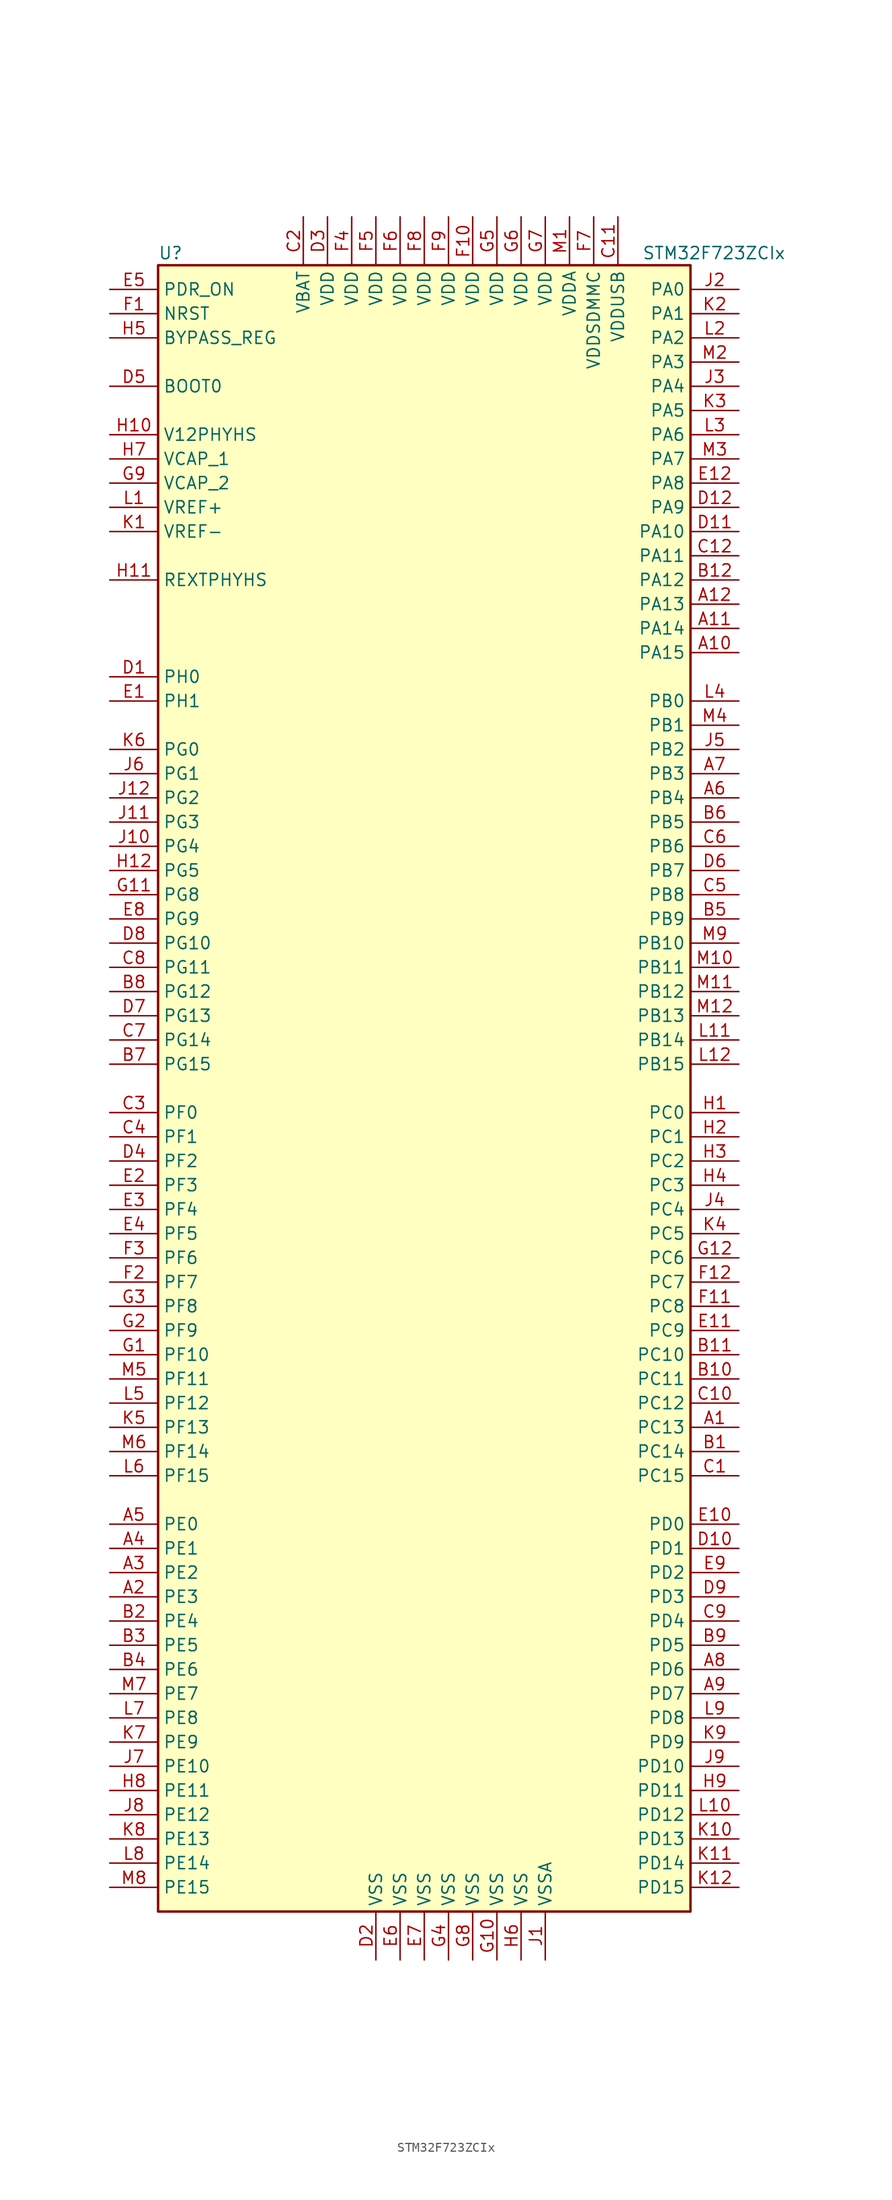
<source format=kicad_sym>
(kicad_symbol_lib
  (version 20201005)
  (generator kicad_symbol_editor)
  (symbol "STM32F723ZCIx"
    (property "Reference" "U"
      (at -27.94 87.63 0)
      (effects (font (size 1.27 1.27)) (justify left)))
    (property "Value" "STM32F723ZCIx"
      (at 22.86 87.63 0)
      (effects (font (size 1.27 1.27)) (justify left)))
    (symbol "STM32F723ZCIx_0_1"
      (rectangle (start -27.94 -86.36) (end 27.94 86.36) (stroke (width 0.254)) (fill (type background))))
    (symbol "STM32F723ZCIx_1_1"
      (pin bidirectional line (at 33.02 -35.56 180) (length 5.08) (name "PC13" (effects (font (size 1.27 1.27)))) (number "A1" (effects (font (size 1.27 1.27)))))
      (pin bidirectional line (at 33.02 45.72 180) (length 5.08) (name "PA15" (effects (font (size 1.27 1.27)))) (number "A10" (effects (font (size 1.27 1.27)))))
      (pin bidirectional line (at 33.02 48.26 180) (length 5.08) (name "PA14" (effects (font (size 1.27 1.27)))) (number "A11" (effects (font (size 1.27 1.27)))))
      (pin bidirectional line (at 33.02 50.8 180) (length 5.08) (name "PA13" (effects (font (size 1.27 1.27)))) (number "A12" (effects (font (size 1.27 1.27)))))
      (pin bidirectional line (at -33.02 -53.34 0) (length 5.08) (name "PE3" (effects (font (size 1.27 1.27)))) (number "A2" (effects (font (size 1.27 1.27)))))
      (pin bidirectional line (at -33.02 -50.8 0) (length 5.08) (name "PE2" (effects (font (size 1.27 1.27)))) (number "A3" (effects (font (size 1.27 1.27)))))
      (pin bidirectional line (at -33.02 -48.26 0) (length 5.08) (name "PE1" (effects (font (size 1.27 1.27)))) (number "A4" (effects (font (size 1.27 1.27)))))
      (pin bidirectional line (at -33.02 -45.72 0) (length 5.08) (name "PE0" (effects (font (size 1.27 1.27)))) (number "A5" (effects (font (size 1.27 1.27)))))
      (pin bidirectional line (at 33.02 30.48 180) (length 5.08) (name "PB4" (effects (font (size 1.27 1.27)))) (number "A6" (effects (font (size 1.27 1.27)))))
      (pin bidirectional line (at 33.02 33.02 180) (length 5.08) (name "PB3" (effects (font (size 1.27 1.27)))) (number "A7" (effects (font (size 1.27 1.27)))))
      (pin bidirectional line (at 33.02 -60.96 180) (length 5.08) (name "PD6" (effects (font (size 1.27 1.27)))) (number "A8" (effects (font (size 1.27 1.27)))))
      (pin bidirectional line (at 33.02 -63.5 180) (length 5.08) (name "PD7" (effects (font (size 1.27 1.27)))) (number "A9" (effects (font (size 1.27 1.27)))))
      (pin bidirectional line (at 33.02 -38.1 180) (length 5.08) (name "PC14" (effects (font (size 1.27 1.27)))) (number "B1" (effects (font (size 1.27 1.27)))))
      (pin bidirectional line (at 33.02 -30.48 180) (length 5.08) (name "PC11" (effects (font (size 1.27 1.27)))) (number "B10" (effects (font (size 1.27 1.27)))))
      (pin bidirectional line (at 33.02 -27.94 180) (length 5.08) (name "PC10" (effects (font (size 1.27 1.27)))) (number "B11" (effects (font (size 1.27 1.27)))))
      (pin bidirectional line (at 33.02 53.34 180) (length 5.08) (name "PA12" (effects (font (size 1.27 1.27)))) (number "B12" (effects (font (size 1.27 1.27)))))
      (pin bidirectional line (at -33.02 -55.88 0) (length 5.08) (name "PE4" (effects (font (size 1.27 1.27)))) (number "B2" (effects (font (size 1.27 1.27)))))
      (pin bidirectional line (at -33.02 -58.42 0) (length 5.08) (name "PE5" (effects (font (size 1.27 1.27)))) (number "B3" (effects (font (size 1.27 1.27)))))
      (pin bidirectional line (at -33.02 -60.96 0) (length 5.08) (name "PE6" (effects (font (size 1.27 1.27)))) (number "B4" (effects (font (size 1.27 1.27)))))
      (pin bidirectional line (at 33.02 17.78 180) (length 5.08) (name "PB9" (effects (font (size 1.27 1.27)))) (number "B5" (effects (font (size 1.27 1.27)))))
      (pin bidirectional line (at 33.02 27.94 180) (length 5.08) (name "PB5" (effects (font (size 1.27 1.27)))) (number "B6" (effects (font (size 1.27 1.27)))))
      (pin bidirectional line (at -33.02 2.54 0) (length 5.08) (name "PG15" (effects (font (size 1.27 1.27)))) (number "B7" (effects (font (size 1.27 1.27)))))
      (pin bidirectional line (at -33.02 10.16 0) (length 5.08) (name "PG12" (effects (font (size 1.27 1.27)))) (number "B8" (effects (font (size 1.27 1.27)))))
      (pin bidirectional line (at 33.02 -58.42 180) (length 5.08) (name "PD5" (effects (font (size 1.27 1.27)))) (number "B9" (effects (font (size 1.27 1.27)))))
      (pin bidirectional line (at 33.02 -40.64 180) (length 5.08) (name "PC15" (effects (font (size 1.27 1.27)))) (number "C1" (effects (font (size 1.27 1.27)))))
      (pin bidirectional line (at 33.02 -33.02 180) (length 5.08) (name "PC12" (effects (font (size 1.27 1.27)))) (number "C10" (effects (font (size 1.27 1.27)))))
      (pin power_in line (at 20.32 91.44 270) (length 5.08) (name "VDDUSB" (effects (font (size 1.27 1.27)))) (number "C11" (effects (font (size 1.27 1.27)))))
      (pin bidirectional line (at 33.02 55.88 180) (length 5.08) (name "PA11" (effects (font (size 1.27 1.27)))) (number "C12" (effects (font (size 1.27 1.27)))))
      (pin power_in line (at -12.7 91.44 270) (length 5.08) (name "VBAT" (effects (font (size 1.27 1.27)))) (number "C2" (effects (font (size 1.27 1.27)))))
      (pin bidirectional line (at -33.02 -2.54 0) (length 5.08) (name "PF0" (effects (font (size 1.27 1.27)))) (number "C3" (effects (font (size 1.27 1.27)))))
      (pin bidirectional line (at -33.02 -5.08 0) (length 5.08) (name "PF1" (effects (font (size 1.27 1.27)))) (number "C4" (effects (font (size 1.27 1.27)))))
      (pin bidirectional line (at 33.02 20.32 180) (length 5.08) (name "PB8" (effects (font (size 1.27 1.27)))) (number "C5" (effects (font (size 1.27 1.27)))))
      (pin bidirectional line (at 33.02 25.4 180) (length 5.08) (name "PB6" (effects (font (size 1.27 1.27)))) (number "C6" (effects (font (size 1.27 1.27)))))
      (pin bidirectional line (at -33.02 5.08 0) (length 5.08) (name "PG14" (effects (font (size 1.27 1.27)))) (number "C7" (effects (font (size 1.27 1.27)))))
      (pin bidirectional line (at -33.02 12.7 0) (length 5.08) (name "PG11" (effects (font (size 1.27 1.27)))) (number "C8" (effects (font (size 1.27 1.27)))))
      (pin bidirectional line (at 33.02 -55.88 180) (length 5.08) (name "PD4" (effects (font (size 1.27 1.27)))) (number "C9" (effects (font (size 1.27 1.27)))))
      (pin input line (at -33.02 43.18 0) (length 5.08) (name "PH0" (effects (font (size 1.27 1.27)))) (number "D1" (effects (font (size 1.27 1.27)))))
      (pin bidirectional line (at 33.02 -48.26 180) (length 5.08) (name "PD1" (effects (font (size 1.27 1.27)))) (number "D10" (effects (font (size 1.27 1.27)))))
      (pin bidirectional line (at 33.02 58.42 180) (length 5.08) (name "PA10" (effects (font (size 1.27 1.27)))) (number "D11" (effects (font (size 1.27 1.27)))))
      (pin bidirectional line (at 33.02 60.96 180) (length 5.08) (name "PA9" (effects (font (size 1.27 1.27)))) (number "D12" (effects (font (size 1.27 1.27)))))
      (pin power_in line (at -5.08 -91.44 90) (length 5.08) (name "VSS" (effects (font (size 1.27 1.27)))) (number "D2" (effects (font (size 1.27 1.27)))))
      (pin power_in line (at -10.16 91.44 270) (length 5.08) (name "VDD" (effects (font (size 1.27 1.27)))) (number "D3" (effects (font (size 1.27 1.27)))))
      (pin bidirectional line (at -33.02 -7.62 0) (length 5.08) (name "PF2" (effects (font (size 1.27 1.27)))) (number "D4" (effects (font (size 1.27 1.27)))))
      (pin input line (at -33.02 73.66 0) (length 5.08) (name "BOOT0" (effects (font (size 1.27 1.27)))) (number "D5" (effects (font (size 1.27 1.27)))))
      (pin bidirectional line (at 33.02 22.86 180) (length 5.08) (name "PB7" (effects (font (size 1.27 1.27)))) (number "D6" (effects (font (size 1.27 1.27)))))
      (pin bidirectional line (at -33.02 7.62 0) (length 5.08) (name "PG13" (effects (font (size 1.27 1.27)))) (number "D7" (effects (font (size 1.27 1.27)))))
      (pin bidirectional line (at -33.02 15.24 0) (length 5.08) (name "PG10" (effects (font (size 1.27 1.27)))) (number "D8" (effects (font (size 1.27 1.27)))))
      (pin bidirectional line (at 33.02 -53.34 180) (length 5.08) (name "PD3" (effects (font (size 1.27 1.27)))) (number "D9" (effects (font (size 1.27 1.27)))))
      (pin input line (at -33.02 40.64 0) (length 5.08) (name "PH1" (effects (font (size 1.27 1.27)))) (number "E1" (effects (font (size 1.27 1.27)))))
      (pin bidirectional line (at 33.02 -45.72 180) (length 5.08) (name "PD0" (effects (font (size 1.27 1.27)))) (number "E10" (effects (font (size 1.27 1.27)))))
      (pin bidirectional line (at 33.02 -25.4 180) (length 5.08) (name "PC9" (effects (font (size 1.27 1.27)))) (number "E11" (effects (font (size 1.27 1.27)))))
      (pin bidirectional line (at 33.02 63.5 180) (length 5.08) (name "PA8" (effects (font (size 1.27 1.27)))) (number "E12" (effects (font (size 1.27 1.27)))))
      (pin bidirectional line (at -33.02 -10.16 0) (length 5.08) (name "PF3" (effects (font (size 1.27 1.27)))) (number "E2" (effects (font (size 1.27 1.27)))))
      (pin bidirectional line (at -33.02 -12.7 0) (length 5.08) (name "PF4" (effects (font (size 1.27 1.27)))) (number "E3" (effects (font (size 1.27 1.27)))))
      (pin bidirectional line (at -33.02 -15.24 0) (length 5.08) (name "PF5" (effects (font (size 1.27 1.27)))) (number "E4" (effects (font (size 1.27 1.27)))))
      (pin input line (at -33.02 83.82 0) (length 5.08) (name "PDR_ON" (effects (font (size 1.27 1.27)))) (number "E5" (effects (font (size 1.27 1.27)))))
      (pin power_in line (at -2.54 -91.44 90) (length 5.08) (name "VSS" (effects (font (size 1.27 1.27)))) (number "E6" (effects (font (size 1.27 1.27)))))
      (pin power_in line (at 0 -91.44 90) (length 5.08) (name "VSS" (effects (font (size 1.27 1.27)))) (number "E7" (effects (font (size 1.27 1.27)))))
      (pin bidirectional line (at -33.02 17.78 0) (length 5.08) (name "PG9" (effects (font (size 1.27 1.27)))) (number "E8" (effects (font (size 1.27 1.27)))))
      (pin bidirectional line (at 33.02 -50.8 180) (length 5.08) (name "PD2" (effects (font (size 1.27 1.27)))) (number "E9" (effects (font (size 1.27 1.27)))))
      (pin input line (at -33.02 81.28 0) (length 5.08) (name "NRST" (effects (font (size 1.27 1.27)))) (number "F1" (effects (font (size 1.27 1.27)))))
      (pin power_in line (at 5.08 91.44 270) (length 5.08) (name "VDD" (effects (font (size 1.27 1.27)))) (number "F10" (effects (font (size 1.27 1.27)))))
      (pin bidirectional line (at 33.02 -22.86 180) (length 5.08) (name "PC8" (effects (font (size 1.27 1.27)))) (number "F11" (effects (font (size 1.27 1.27)))))
      (pin bidirectional line (at 33.02 -20.32 180) (length 5.08) (name "PC7" (effects (font (size 1.27 1.27)))) (number "F12" (effects (font (size 1.27 1.27)))))
      (pin bidirectional line (at -33.02 -20.32 0) (length 5.08) (name "PF7" (effects (font (size 1.27 1.27)))) (number "F2" (effects (font (size 1.27 1.27)))))
      (pin bidirectional line (at -33.02 -17.78 0) (length 5.08) (name "PF6" (effects (font (size 1.27 1.27)))) (number "F3" (effects (font (size 1.27 1.27)))))
      (pin power_in line (at -7.62 91.44 270) (length 5.08) (name "VDD" (effects (font (size 1.27 1.27)))) (number "F4" (effects (font (size 1.27 1.27)))))
      (pin power_in line (at -5.08 91.44 270) (length 5.08) (name "VDD" (effects (font (size 1.27 1.27)))) (number "F5" (effects (font (size 1.27 1.27)))))
      (pin power_in line (at -2.54 91.44 270) (length 5.08) (name "VDD" (effects (font (size 1.27 1.27)))) (number "F6" (effects (font (size 1.27 1.27)))))
      (pin power_in line (at 17.78 91.44 270) (length 5.08) (name "VDDSDMMC" (effects (font (size 1.27 1.27)))) (number "F7" (effects (font (size 1.27 1.27)))))
      (pin power_in line (at 0 91.44 270) (length 5.08) (name "VDD" (effects (font (size 1.27 1.27)))) (number "F8" (effects (font (size 1.27 1.27)))))
      (pin power_in line (at 2.54 91.44 270) (length 5.08) (name "VDD" (effects (font (size 1.27 1.27)))) (number "F9" (effects (font (size 1.27 1.27)))))
      (pin bidirectional line (at -33.02 -27.94 0) (length 5.08) (name "PF10" (effects (font (size 1.27 1.27)))) (number "G1" (effects (font (size 1.27 1.27)))))
      (pin power_in line (at 7.62 -91.44 90) (length 5.08) (name "VSS" (effects (font (size 1.27 1.27)))) (number "G10" (effects (font (size 1.27 1.27)))))
      (pin bidirectional line (at -33.02 20.32 0) (length 5.08) (name "PG8" (effects (font (size 1.27 1.27)))) (number "G11" (effects (font (size 1.27 1.27)))))
      (pin bidirectional line (at 33.02 -17.78 180) (length 5.08) (name "PC6" (effects (font (size 1.27 1.27)))) (number "G12" (effects (font (size 1.27 1.27)))))
      (pin bidirectional line (at -33.02 -25.4 0) (length 5.08) (name "PF9" (effects (font (size 1.27 1.27)))) (number "G2" (effects (font (size 1.27 1.27)))))
      (pin bidirectional line (at -33.02 -22.86 0) (length 5.08) (name "PF8" (effects (font (size 1.27 1.27)))) (number "G3" (effects (font (size 1.27 1.27)))))
      (pin power_in line (at 2.54 -91.44 90) (length 5.08) (name "VSS" (effects (font (size 1.27 1.27)))) (number "G4" (effects (font (size 1.27 1.27)))))
      (pin power_in line (at 7.62 91.44 270) (length 5.08) (name "VDD" (effects (font (size 1.27 1.27)))) (number "G5" (effects (font (size 1.27 1.27)))))
      (pin power_in line (at 10.16 91.44 270) (length 5.08) (name "VDD" (effects (font (size 1.27 1.27)))) (number "G6" (effects (font (size 1.27 1.27)))))
      (pin power_in line (at 12.7 91.44 270) (length 5.08) (name "VDD" (effects (font (size 1.27 1.27)))) (number "G7" (effects (font (size 1.27 1.27)))))
      (pin power_in line (at 5.08 -91.44 90) (length 5.08) (name "VSS" (effects (font (size 1.27 1.27)))) (number "G8" (effects (font (size 1.27 1.27)))))
      (pin power_in line (at -33.02 63.5 0) (length 5.08) (name "VCAP_2" (effects (font (size 1.27 1.27)))) (number "G9" (effects (font (size 1.27 1.27)))))
      (pin bidirectional line (at 33.02 -2.54 180) (length 5.08) (name "PC0" (effects (font (size 1.27 1.27)))) (number "H1" (effects (font (size 1.27 1.27)))))
      (pin power_in line (at -33.02 68.58 0) (length 5.08) (name "V12PHYHS" (effects (font (size 1.27 1.27)))) (number "H10" (effects (font (size 1.27 1.27)))))
      (pin bidirectional line (at -33.02 53.34 0) (length 5.08) (name "REXTPHYHS" (effects (font (size 1.27 1.27)))) (number "H11" (effects (font (size 1.27 1.27)))))
      (pin bidirectional line (at -33.02 22.86 0) (length 5.08) (name "PG5" (effects (font (size 1.27 1.27)))) (number "H12" (effects (font (size 1.27 1.27)))))
      (pin bidirectional line (at 33.02 -5.08 180) (length 5.08) (name "PC1" (effects (font (size 1.27 1.27)))) (number "H2" (effects (font (size 1.27 1.27)))))
      (pin bidirectional line (at 33.02 -7.62 180) (length 5.08) (name "PC2" (effects (font (size 1.27 1.27)))) (number "H3" (effects (font (size 1.27 1.27)))))
      (pin bidirectional line (at 33.02 -10.16 180) (length 5.08) (name "PC3" (effects (font (size 1.27 1.27)))) (number "H4" (effects (font (size 1.27 1.27)))))
      (pin input line (at -33.02 78.74 0) (length 5.08) (name "BYPASS_REG" (effects (font (size 1.27 1.27)))) (number "H5" (effects (font (size 1.27 1.27)))))
      (pin power_in line (at 10.16 -91.44 90) (length 5.08) (name "VSS" (effects (font (size 1.27 1.27)))) (number "H6" (effects (font (size 1.27 1.27)))))
      (pin power_in line (at -33.02 66.04 0) (length 5.08) (name "VCAP_1" (effects (font (size 1.27 1.27)))) (number "H7" (effects (font (size 1.27 1.27)))))
      (pin bidirectional line (at -33.02 -73.66 0) (length 5.08) (name "PE11" (effects (font (size 1.27 1.27)))) (number "H8" (effects (font (size 1.27 1.27)))))
      (pin bidirectional line (at 33.02 -73.66 180) (length 5.08) (name "PD11" (effects (font (size 1.27 1.27)))) (number "H9" (effects (font (size 1.27 1.27)))))
      (pin power_in line (at 12.7 -91.44 90) (length 5.08) (name "VSSA" (effects (font (size 1.27 1.27)))) (number "J1" (effects (font (size 1.27 1.27)))))
      (pin bidirectional line (at -33.02 25.4 0) (length 5.08) (name "PG4" (effects (font (size 1.27 1.27)))) (number "J10" (effects (font (size 1.27 1.27)))))
      (pin bidirectional line (at -33.02 27.94 0) (length 5.08) (name "PG3" (effects (font (size 1.27 1.27)))) (number "J11" (effects (font (size 1.27 1.27)))))
      (pin bidirectional line (at -33.02 30.48 0) (length 5.08) (name "PG2" (effects (font (size 1.27 1.27)))) (number "J12" (effects (font (size 1.27 1.27)))))
      (pin bidirectional line (at 33.02 83.82 180) (length 5.08) (name "PA0" (effects (font (size 1.27 1.27)))) (number "J2" (effects (font (size 1.27 1.27)))))
      (pin bidirectional line (at 33.02 73.66 180) (length 5.08) (name "PA4" (effects (font (size 1.27 1.27)))) (number "J3" (effects (font (size 1.27 1.27)))))
      (pin bidirectional line (at 33.02 -12.7 180) (length 5.08) (name "PC4" (effects (font (size 1.27 1.27)))) (number "J4" (effects (font (size 1.27 1.27)))))
      (pin bidirectional line (at 33.02 35.56 180) (length 5.08) (name "PB2" (effects (font (size 1.27 1.27)))) (number "J5" (effects (font (size 1.27 1.27)))))
      (pin bidirectional line (at -33.02 33.02 0) (length 5.08) (name "PG1" (effects (font (size 1.27 1.27)))) (number "J6" (effects (font (size 1.27 1.27)))))
      (pin bidirectional line (at -33.02 -71.12 0) (length 5.08) (name "PE10" (effects (font (size 1.27 1.27)))) (number "J7" (effects (font (size 1.27 1.27)))))
      (pin bidirectional line (at -33.02 -76.2 0) (length 5.08) (name "PE12" (effects (font (size 1.27 1.27)))) (number "J8" (effects (font (size 1.27 1.27)))))
      (pin bidirectional line (at 33.02 -71.12 180) (length 5.08) (name "PD10" (effects (font (size 1.27 1.27)))) (number "J9" (effects (font (size 1.27 1.27)))))
      (pin power_in line (at -33.02 58.42 0) (length 5.08) (name "VREF-" (effects (font (size 1.27 1.27)))) (number "K1" (effects (font (size 1.27 1.27)))))
      (pin bidirectional line (at 33.02 -78.74 180) (length 5.08) (name "PD13" (effects (font (size 1.27 1.27)))) (number "K10" (effects (font (size 1.27 1.27)))))
      (pin bidirectional line (at 33.02 -81.28 180) (length 5.08) (name "PD14" (effects (font (size 1.27 1.27)))) (number "K11" (effects (font (size 1.27 1.27)))))
      (pin bidirectional line (at 33.02 -83.82 180) (length 5.08) (name "PD15" (effects (font (size 1.27 1.27)))) (number "K12" (effects (font (size 1.27 1.27)))))
      (pin bidirectional line (at 33.02 81.28 180) (length 5.08) (name "PA1" (effects (font (size 1.27 1.27)))) (number "K2" (effects (font (size 1.27 1.27)))))
      (pin bidirectional line (at 33.02 71.12 180) (length 5.08) (name "PA5" (effects (font (size 1.27 1.27)))) (number "K3" (effects (font (size 1.27 1.27)))))
      (pin bidirectional line (at 33.02 -15.24 180) (length 5.08) (name "PC5" (effects (font (size 1.27 1.27)))) (number "K4" (effects (font (size 1.27 1.27)))))
      (pin bidirectional line (at -33.02 -35.56 0) (length 5.08) (name "PF13" (effects (font (size 1.27 1.27)))) (number "K5" (effects (font (size 1.27 1.27)))))
      (pin bidirectional line (at -33.02 35.56 0) (length 5.08) (name "PG0" (effects (font (size 1.27 1.27)))) (number "K6" (effects (font (size 1.27 1.27)))))
      (pin bidirectional line (at -33.02 -68.58 0) (length 5.08) (name "PE9" (effects (font (size 1.27 1.27)))) (number "K7" (effects (font (size 1.27 1.27)))))
      (pin bidirectional line (at -33.02 -78.74 0) (length 5.08) (name "PE13" (effects (font (size 1.27 1.27)))) (number "K8" (effects (font (size 1.27 1.27)))))
      (pin bidirectional line (at 33.02 -68.58 180) (length 5.08) (name "PD9" (effects (font (size 1.27 1.27)))) (number "K9" (effects (font (size 1.27 1.27)))))
      (pin power_in line (at -33.02 60.96 0) (length 5.08) (name "VREF+" (effects (font (size 1.27 1.27)))) (number "L1" (effects (font (size 1.27 1.27)))))
      (pin bidirectional line (at 33.02 -76.2 180) (length 5.08) (name "PD12" (effects (font (size 1.27 1.27)))) (number "L10" (effects (font (size 1.27 1.27)))))
      (pin bidirectional line (at 33.02 5.08 180) (length 5.08) (name "PB14" (effects (font (size 1.27 1.27)))) (number "L11" (effects (font (size 1.27 1.27)))))
      (pin bidirectional line (at 33.02 2.54 180) (length 5.08) (name "PB15" (effects (font (size 1.27 1.27)))) (number "L12" (effects (font (size 1.27 1.27)))))
      (pin bidirectional line (at 33.02 78.74 180) (length 5.08) (name "PA2" (effects (font (size 1.27 1.27)))) (number "L2" (effects (font (size 1.27 1.27)))))
      (pin bidirectional line (at 33.02 68.58 180) (length 5.08) (name "PA6" (effects (font (size 1.27 1.27)))) (number "L3" (effects (font (size 1.27 1.27)))))
      (pin bidirectional line (at 33.02 40.64 180) (length 5.08) (name "PB0" (effects (font (size 1.27 1.27)))) (number "L4" (effects (font (size 1.27 1.27)))))
      (pin bidirectional line (at -33.02 -33.02 0) (length 5.08) (name "PF12" (effects (font (size 1.27 1.27)))) (number "L5" (effects (font (size 1.27 1.27)))))
      (pin bidirectional line (at -33.02 -40.64 0) (length 5.08) (name "PF15" (effects (font (size 1.27 1.27)))) (number "L6" (effects (font (size 1.27 1.27)))))
      (pin bidirectional line (at -33.02 -66.04 0) (length 5.08) (name "PE8" (effects (font (size 1.27 1.27)))) (number "L7" (effects (font (size 1.27 1.27)))))
      (pin bidirectional line (at -33.02 -81.28 0) (length 5.08) (name "PE14" (effects (font (size 1.27 1.27)))) (number "L8" (effects (font (size 1.27 1.27)))))
      (pin bidirectional line (at 33.02 -66.04 180) (length 5.08) (name "PD8" (effects (font (size 1.27 1.27)))) (number "L9" (effects (font (size 1.27 1.27)))))
      (pin power_in line (at 15.24 91.44 270) (length 5.08) (name "VDDA" (effects (font (size 1.27 1.27)))) (number "M1" (effects (font (size 1.27 1.27)))))
      (pin bidirectional line (at 33.02 12.7 180) (length 5.08) (name "PB11" (effects (font (size 1.27 1.27)))) (number "M10" (effects (font (size 1.27 1.27)))))
      (pin bidirectional line (at 33.02 10.16 180) (length 5.08) (name "PB12" (effects (font (size 1.27 1.27)))) (number "M11" (effects (font (size 1.27 1.27)))))
      (pin bidirectional line (at 33.02 7.62 180) (length 5.08) (name "PB13" (effects (font (size 1.27 1.27)))) (number "M12" (effects (font (size 1.27 1.27)))))
      (pin bidirectional line (at 33.02 76.2 180) (length 5.08) (name "PA3" (effects (font (size 1.27 1.27)))) (number "M2" (effects (font (size 1.27 1.27)))))
      (pin bidirectional line (at 33.02 66.04 180) (length 5.08) (name "PA7" (effects (font (size 1.27 1.27)))) (number "M3" (effects (font (size 1.27 1.27)))))
      (pin bidirectional line (at 33.02 38.1 180) (length 5.08) (name "PB1" (effects (font (size 1.27 1.27)))) (number "M4" (effects (font (size 1.27 1.27)))))
      (pin bidirectional line (at -33.02 -30.48 0) (length 5.08) (name "PF11" (effects (font (size 1.27 1.27)))) (number "M5" (effects (font (size 1.27 1.27)))))
      (pin bidirectional line (at -33.02 -38.1 0) (length 5.08) (name "PF14" (effects (font (size 1.27 1.27)))) (number "M6" (effects (font (size 1.27 1.27)))))
      (pin bidirectional line (at -33.02 -63.5 0) (length 5.08) (name "PE7" (effects (font (size 1.27 1.27)))) (number "M7" (effects (font (size 1.27 1.27)))))
      (pin bidirectional line (at -33.02 -83.82 0) (length 5.08) (name "PE15" (effects (font (size 1.27 1.27)))) (number "M8" (effects (font (size 1.27 1.27)))))
      (pin bidirectional line (at 33.02 15.24 180) (length 5.08) (name "PB10" (effects (font (size 1.27 1.27)))) (number "M9" (effects (font (size 1.27 1.27))))))))
</source>
